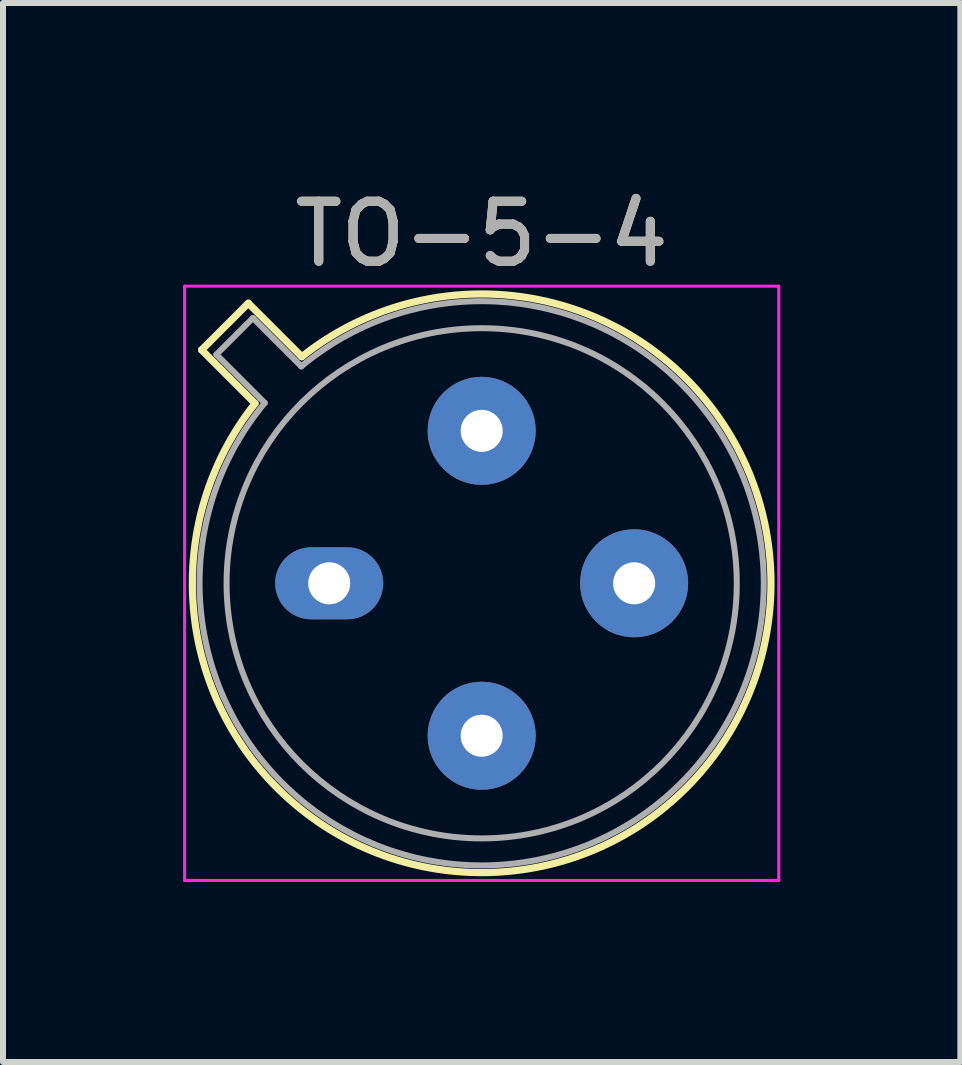
<source format=kicad_pcb>
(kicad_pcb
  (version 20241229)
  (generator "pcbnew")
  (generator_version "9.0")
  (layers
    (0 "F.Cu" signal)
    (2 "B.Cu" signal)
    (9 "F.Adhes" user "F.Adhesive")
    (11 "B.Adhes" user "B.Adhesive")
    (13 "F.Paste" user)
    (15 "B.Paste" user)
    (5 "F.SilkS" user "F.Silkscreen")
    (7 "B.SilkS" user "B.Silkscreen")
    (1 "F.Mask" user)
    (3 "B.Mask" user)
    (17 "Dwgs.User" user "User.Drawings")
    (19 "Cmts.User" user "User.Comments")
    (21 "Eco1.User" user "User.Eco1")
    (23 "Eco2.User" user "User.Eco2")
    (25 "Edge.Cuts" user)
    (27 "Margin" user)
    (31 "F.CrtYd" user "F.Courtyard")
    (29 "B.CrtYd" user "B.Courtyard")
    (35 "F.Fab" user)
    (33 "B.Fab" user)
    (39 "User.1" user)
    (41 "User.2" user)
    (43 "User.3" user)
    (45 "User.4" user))
  (footprint "TO-5-4"
    (layer "F.Cu")
    (at 2.435 6.668)
    (property "Reference" "TO-5-4" (at 2.54 -5.82 0) (layer "F.SilkS") (effects (font (size 1 1) (thickness 0.15))))
    (attr through_hole)
    (fp_line (start -2.126 -3.888) (end -1.235 -2.997) (stroke (width 0.12) (type solid)) (layer "F.SilkS"))
    (fp_line (start -1.348 -4.666) (end -2.126 -3.888) (stroke (width 0.12) (type solid)) (layer "F.SilkS"))
    (fp_line (start -0.457 -3.775) (end -1.348 -4.666) (stroke (width 0.12) (type solid)) (layer "F.SilkS"))
    (fp_arc (start -0.457084 -3.774902) (mid 5.948125 3.408384) (end -1.234674 -2.997371) (stroke (width 0.12) (type solid)) (layer "F.SilkS"))
    (fp_line (start -2.41 -4.95) (end -2.41 4.95) (stroke (width 0.05) (type solid)) (layer "F.CrtYd"))
    (fp_line (start -2.41 4.95) (end 7.49 4.95) (stroke (width 0.05) (type solid)) (layer "F.CrtYd"))
    (fp_line (start 7.49 -4.95) (end -2.41 -4.95) (stroke (width 0.05) (type solid)) (layer "F.CrtYd"))
    (fp_line (start 7.49 4.95) (end 7.49 -4.95) (stroke (width 0.05) (type solid)) (layer "F.CrtYd"))
    (fp_line (start -1.88 -3.812) (end -1.074 -3.005) (stroke (width 0.1) (type solid)) (layer "F.Fab"))
    (fp_line (start -1.272 -4.42) (end -1.88 -3.812) (stroke (width 0.1) (type solid)) (layer "F.Fab"))
    (fp_line (start -0.465 -3.614) (end -1.272 -4.42) (stroke (width 0.1) (type solid)) (layer "F.Fab"))
    (fp_arc (start -0.465408 -3.61352) (mid 5.863443 3.323361) (end -1.073594 -3.005319) (stroke (width 0.1) (type solid)) (layer "F.Fab"))
    (fp_circle (center 2.54 0) (end 6.79 0) (stroke (width 0.1) (type solid)) (fill no) (layer "F.Fab"))
    (fp_text user "${REFERENCE}" (at 2.54 -5.82 0) (layer "F.Fab") (effects (font (size 1 1) (thickness 0.15))))
    (pad "1" thru_hole oval (at 0 0) (size 1.8 1.2) (drill 0.7) (layers "*.Cu" "*.Mask"))
    (pad "2" thru_hole circle (at 2.54 2.54) (size 1.8 1.8) (drill 0.7) (layers "*.Cu" "*.Mask"))
    (pad "3" thru_hole circle (at 5.08 0) (size 1.8 1.8) (drill 0.7) (layers "*.Cu" "*.Mask"))
    (pad "4" thru_hole circle (at 2.54 -2.54) (size 1.8 1.8) (drill 0.7) (layers "*.Cu" "*.Mask")))
  (gr_rect
    (start -3 -3)
    (end 12.95 14.643)
    (stroke (width 0.1) (type default))
    (fill no)
    (layer "Edge.Cuts")))
</source>
